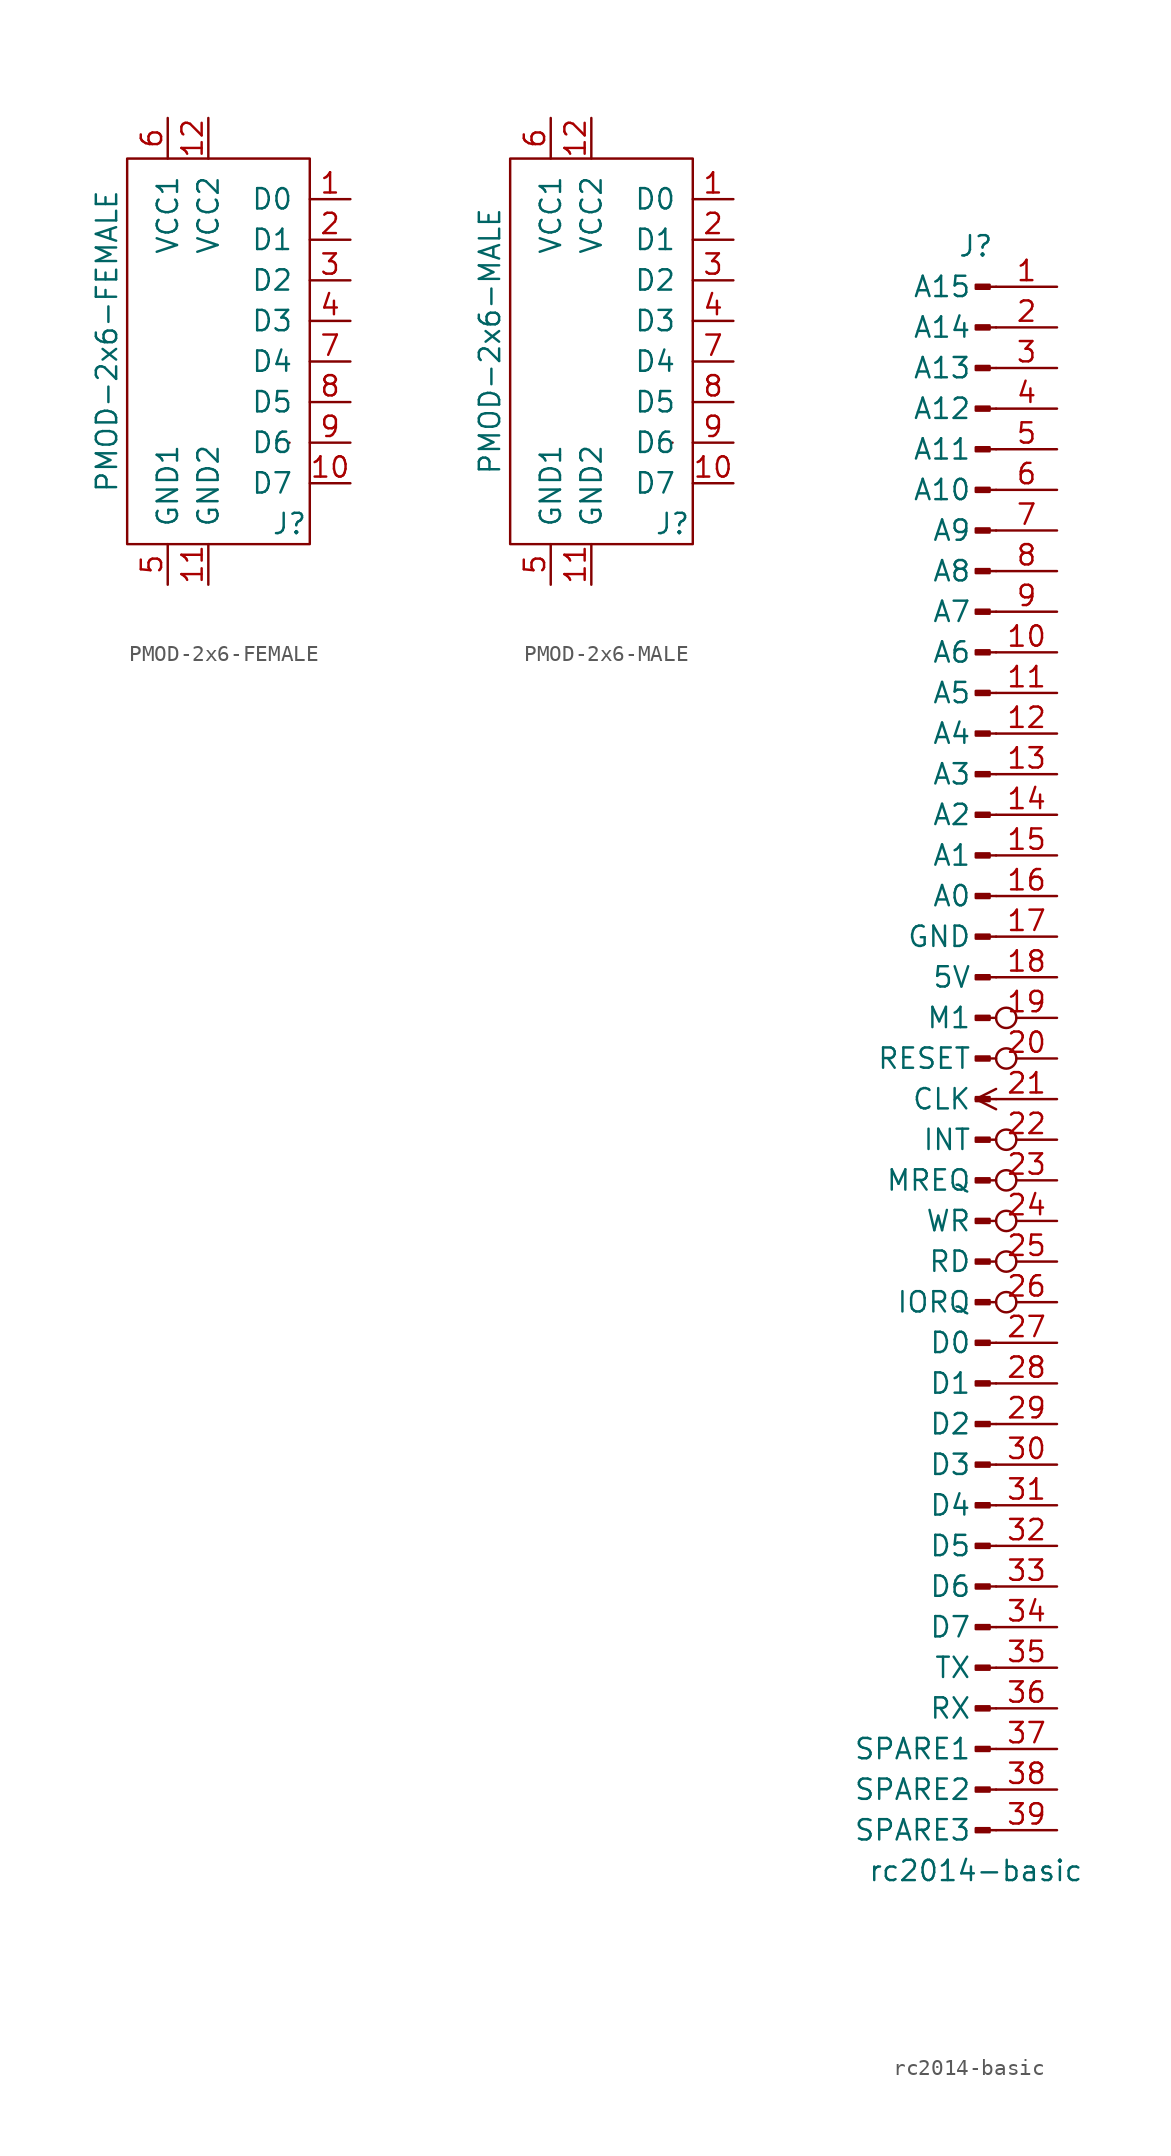
<source format=kicad_sym>
(kicad_symbol_lib
  (version 20220914)
  (generator kicad_symbol_editor)
  (symbol "PMOD-2x6-FEMALE"
    (pin_names
      (offset 1.016))
    (property "Reference" "J"
      (at 3.81 -11.43 0)
      (effects (font (size 1.27 1.27))))
    (property "Value" "PMOD-2x6-FEMALE"
      (at -7.62 0 90)
      (effects (font (size 1.27 1.27))))
    (symbol "PMOD-2x6-FEMALE_1_1"
      (rectangle (start -6.35 11.43) (end 5.08 -12.7) (stroke (width 0) (type default)) (fill (type none)))
      (rectangle (start 3.81 -6.35) (end 3.81 -6.35) (stroke (width 0) (type default)) (fill (type none)))
      (pin bidirectional line (at 7.62 8.89 180) (length 2.54) (name "D0" (effects (font (size 1.27 1.27)))) (number "1" (effects (font (size 1.27 1.27)))))
      (pin bidirectional line (at 7.62 -8.89 180) (length 2.54) (name "D7" (effects (font (size 1.27 1.27)))) (number "10" (effects (font (size 1.27 1.27)))))
      (pin passive line (at -1.27 -15.24 90) (length 2.54) (name "GND2" (effects (font (size 1.27 1.27)))) (number "11" (effects (font (size 1.27 1.27)))))
      (pin passive line (at -1.27 13.97 270) (length 2.54) (name "VCC2" (effects (font (size 1.27 1.27)))) (number "12" (effects (font (size 1.27 1.27)))))
      (pin bidirectional line (at 7.62 6.35 180) (length 2.54) (name "D1" (effects (font (size 1.27 1.27)))) (number "2" (effects (font (size 1.27 1.27)))))
      (pin bidirectional line (at 7.62 3.81 180) (length 2.54) (name "D2" (effects (font (size 1.27 1.27)))) (number "3" (effects (font (size 1.27 1.27)))))
      (pin bidirectional line (at 7.62 1.27 180) (length 2.54) (name "D3" (effects (font (size 1.27 1.27)))) (number "4" (effects (font (size 1.27 1.27)))))
      (pin passive line (at -3.81 -15.24 90) (length 2.54) (name "GND1" (effects (font (size 1.27 1.27)))) (number "5" (effects (font (size 1.27 1.27)))))
      (pin passive line (at -3.81 13.97 270) (length 2.54) (name "VCC1" (effects (font (size 1.27 1.27)))) (number "6" (effects (font (size 1.27 1.27)))))
      (pin bidirectional line (at 7.62 -1.27 180) (length 2.54) (name "D4" (effects (font (size 1.27 1.27)))) (number "7" (effects (font (size 1.27 1.27)))))
      (pin bidirectional line (at 7.62 -3.81 180) (length 2.54) (name "D5" (effects (font (size 1.27 1.27)))) (number "8" (effects (font (size 1.27 1.27)))))
      (pin bidirectional line (at 7.62 -6.35 180) (length 2.54) (name "D6" (effects (font (size 1.27 1.27)))) (number "9" (effects (font (size 1.27 1.27)))))))
  (symbol "PMOD-2x6-MALE"
    (pin_names
      (offset 1.016))
    (property "Reference" "J"
      (at 2.54 -13.97 0)
      (effects (font (size 1.27 1.27))))
    (property "Value" "PMOD-2x6-MALE"
      (at -8.89 -2.54 90)
      (effects (font (size 1.27 1.27))))
    (symbol "PMOD-2x6-MALE_0_1"
      (rectangle (start -7.62 8.89) (end 3.81 -15.24) (stroke (width 0) (type default)) (fill (type none)))
      (rectangle (start 2.54 -8.89) (end 2.54 -8.89) (stroke (width 0) (type default)) (fill (type none))))
    (symbol "PMOD-2x6-MALE_1_1"
      (pin bidirectional line (at 6.35 6.35 180) (length 2.54) (name "D0" (effects (font (size 1.27 1.27)))) (number "1" (effects (font (size 1.27 1.27)))))
      (pin bidirectional line (at 6.35 -11.43 180) (length 2.54) (name "D7" (effects (font (size 1.27 1.27)))) (number "10" (effects (font (size 1.27 1.27)))))
      (pin passive line (at -2.54 -17.78 90) (length 2.54) (name "GND2" (effects (font (size 1.27 1.27)))) (number "11" (effects (font (size 1.27 1.27)))))
      (pin passive line (at -2.54 11.43 270) (length 2.54) (name "VCC2" (effects (font (size 1.27 1.27)))) (number "12" (effects (font (size 1.27 1.27)))))
      (pin bidirectional line (at 6.35 3.81 180) (length 2.54) (name "D1" (effects (font (size 1.27 1.27)))) (number "2" (effects (font (size 1.27 1.27)))))
      (pin bidirectional line (at 6.35 1.27 180) (length 2.54) (name "D2" (effects (font (size 1.27 1.27)))) (number "3" (effects (font (size 1.27 1.27)))))
      (pin bidirectional line (at 6.35 -1.27 180) (length 2.54) (name "D3" (effects (font (size 1.27 1.27)))) (number "4" (effects (font (size 1.27 1.27)))))
      (pin passive line (at -5.08 -17.78 90) (length 2.54) (name "GND1" (effects (font (size 1.27 1.27)))) (number "5" (effects (font (size 1.27 1.27)))))
      (pin passive line (at -5.08 11.43 270) (length 2.54) (name "VCC1" (effects (font (size 1.27 1.27)))) (number "6" (effects (font (size 1.27 1.27)))))
      (pin bidirectional line (at 6.35 -3.81 180) (length 2.54) (name "D4" (effects (font (size 1.27 1.27)))) (number "7" (effects (font (size 1.27 1.27)))))
      (pin bidirectional line (at 6.35 -6.35 180) (length 2.54) (name "D5" (effects (font (size 1.27 1.27)))) (number "8" (effects (font (size 1.27 1.27)))))
      (pin bidirectional line (at 6.35 -8.89 180) (length 2.54) (name "D6" (effects (font (size 1.27 1.27)))) (number "9" (effects (font (size 1.27 1.27)))))))
  (symbol "rc2014-basic"
    (pin_names
      (offset 1.524))
    (property "Reference" "J"
      (at 0 50.8 0)
      (effects (font (size 1.27 1.27))))
    (property "Value" "rc2014-basic"
      (at 0 -50.8 0)
      (effects (font (size 1.27 1.27))))
    (symbol "rc2014-basic_1_1"
      (polyline (pts (xy 1.27 -48.26) (xy 0.864 -48.26)) (stroke (width 0.152) (type default) (color 0 0 0 0)) (fill (type none)))
      (polyline (pts (xy 1.27 -45.72) (xy 0.864 -45.72)) (stroke (width 0.152) (type default) (color 0 0 0 0)) (fill (type none)))
      (polyline (pts (xy 1.27 -43.18) (xy 0.864 -43.18)) (stroke (width 0.152) (type default) (color 0 0 0 0)) (fill (type none)))
      (polyline (pts (xy 1.27 -40.64) (xy 0.864 -40.64)) (stroke (width 0.152) (type default) (color 0 0 0 0)) (fill (type none)))
      (polyline (pts (xy 1.27 -38.1) (xy 0.864 -38.1)) (stroke (width 0.152) (type default) (color 0 0 0 0)) (fill (type none)))
      (polyline (pts (xy 1.27 -35.56) (xy 0.864 -35.56)) (stroke (width 0.152) (type default) (color 0 0 0 0)) (fill (type none)))
      (polyline (pts (xy 1.27 -33.02) (xy 0.864 -33.02)) (stroke (width 0.152) (type default) (color 0 0 0 0)) (fill (type none)))
      (polyline (pts (xy 1.27 -30.48) (xy 0.864 -30.48)) (stroke (width 0.152) (type default) (color 0 0 0 0)) (fill (type none)))
      (polyline (pts (xy 1.27 -27.94) (xy 0.864 -27.94)) (stroke (width 0.152) (type default) (color 0 0 0 0)) (fill (type none)))
      (polyline (pts (xy 1.27 -25.4) (xy 0.864 -25.4)) (stroke (width 0.152) (type default) (color 0 0 0 0)) (fill (type none)))
      (polyline (pts (xy 1.27 -22.86) (xy 0.864 -22.86)) (stroke (width 0.152) (type default) (color 0 0 0 0)) (fill (type none)))
      (polyline (pts (xy 1.27 -20.32) (xy 0.864 -20.32)) (stroke (width 0.152) (type default) (color 0 0 0 0)) (fill (type none)))
      (polyline (pts (xy 1.27 -17.78) (xy 0.864 -17.78)) (stroke (width 0.152) (type default) (color 0 0 0 0)) (fill (type none)))
      (polyline (pts (xy 1.27 -15.24) (xy 0.864 -15.24)) (stroke (width 0.152) (type default) (color 0 0 0 0)) (fill (type none)))
      (polyline (pts (xy 1.27 -12.7) (xy 0.864 -12.7)) (stroke (width 0.152) (type default) (color 0 0 0 0)) (fill (type none)))
      (polyline (pts (xy 1.27 -10.16) (xy 0.864 -10.16)) (stroke (width 0.152) (type default) (color 0 0 0 0)) (fill (type none)))
      (polyline (pts (xy 1.27 -7.62) (xy 0.864 -7.62)) (stroke (width 0.152) (type default) (color 0 0 0 0)) (fill (type none)))
      (polyline (pts (xy 1.27 -5.08) (xy 0.864 -5.08)) (stroke (width 0.152) (type default) (color 0 0 0 0)) (fill (type none)))
      (polyline (pts (xy 1.27 -2.54) (xy 0.864 -2.54)) (stroke (width 0.152) (type default) (color 0 0 0 0)) (fill (type none)))
      (polyline (pts (xy 1.27 0) (xy 0.864 0)) (stroke (width 0.152) (type default) (color 0 0 0 0)) (fill (type none)))
      (polyline (pts (xy 1.27 2.54) (xy 0.864 2.54)) (stroke (width 0.152) (type default) (color 0 0 0 0)) (fill (type none)))
      (polyline (pts (xy 1.27 5.08) (xy 0.864 5.08)) (stroke (width 0.152) (type default) (color 0 0 0 0)) (fill (type none)))
      (polyline (pts (xy 1.27 7.62) (xy 0.864 7.62)) (stroke (width 0.152) (type default) (color 0 0 0 0)) (fill (type none)))
      (polyline (pts (xy 1.27 10.16) (xy 0.864 10.16)) (stroke (width 0.152) (type default) (color 0 0 0 0)) (fill (type none)))
      (polyline (pts (xy 1.27 12.7) (xy 0.864 12.7)) (stroke (width 0.152) (type default) (color 0 0 0 0)) (fill (type none)))
      (polyline (pts (xy 1.27 15.24) (xy 0.864 15.24)) (stroke (width 0.152) (type default) (color 0 0 0 0)) (fill (type none)))
      (polyline (pts (xy 1.27 17.78) (xy 0.864 17.78)) (stroke (width 0.152) (type default) (color 0 0 0 0)) (fill (type none)))
      (polyline (pts (xy 1.27 20.32) (xy 0.864 20.32)) (stroke (width 0.152) (type default) (color 0 0 0 0)) (fill (type none)))
      (polyline (pts (xy 1.27 22.86) (xy 0.864 22.86)) (stroke (width 0.152) (type default) (color 0 0 0 0)) (fill (type none)))
      (polyline (pts (xy 1.27 25.4) (xy 0.864 25.4)) (stroke (width 0.152) (type default) (color 0 0 0 0)) (fill (type none)))
      (polyline (pts (xy 1.27 27.94) (xy 0.864 27.94)) (stroke (width 0.152) (type default) (color 0 0 0 0)) (fill (type none)))
      (polyline (pts (xy 1.27 30.48) (xy 0.864 30.48)) (stroke (width 0.152) (type default) (color 0 0 0 0)) (fill (type none)))
      (polyline (pts (xy 1.27 33.02) (xy 0.864 33.02)) (stroke (width 0.152) (type default) (color 0 0 0 0)) (fill (type none)))
      (polyline (pts (xy 1.27 35.56) (xy 0.864 35.56)) (stroke (width 0.152) (type default) (color 0 0 0 0)) (fill (type none)))
      (polyline (pts (xy 1.27 38.1) (xy 0.864 38.1)) (stroke (width 0.152) (type default) (color 0 0 0 0)) (fill (type none)))
      (polyline (pts (xy 1.27 40.64) (xy 0.864 40.64)) (stroke (width 0.152) (type default) (color 0 0 0 0)) (fill (type none)))
      (polyline (pts (xy 1.27 43.18) (xy 0.864 43.18)) (stroke (width 0.152) (type default) (color 0 0 0 0)) (fill (type none)))
      (polyline (pts (xy 1.27 45.72) (xy 0.864 45.72)) (stroke (width 0.152) (type default) (color 0 0 0 0)) (fill (type none)))
      (polyline (pts (xy 1.27 48.26) (xy 0.864 48.26)) (stroke (width 0.152) (type default) (color 0 0 0 0)) (fill (type none)))
      (rectangle (start 0.864 -48.133) (end 0 -48.387) (stroke (width 0.152) (type default) (color 0 0 0 0)) (fill (type outline)))
      (rectangle (start 0.864 -45.593) (end 0 -45.847) (stroke (width 0.152) (type default) (color 0 0 0 0)) (fill (type outline)))
      (rectangle (start 0.864 -43.053) (end 0 -43.307) (stroke (width 0.152) (type default) (color 0 0 0 0)) (fill (type outline)))
      (rectangle (start 0.864 -40.513) (end 0 -40.767) (stroke (width 0.152) (type default) (color 0 0 0 0)) (fill (type outline)))
      (rectangle (start 0.864 -37.973) (end 0 -38.227) (stroke (width 0.152) (type default) (color 0 0 0 0)) (fill (type outline)))
      (rectangle (start 0.864 -35.433) (end 0 -35.687) (stroke (width 0.152) (type default) (color 0 0 0 0)) (fill (type outline)))
      (rectangle (start 0.864 -32.893) (end 0 -33.147) (stroke (width 0.152) (type default) (color 0 0 0 0)) (fill (type outline)))
      (rectangle (start 0.864 -30.353) (end 0 -30.607) (stroke (width 0.152) (type default) (color 0 0 0 0)) (fill (type outline)))
      (rectangle (start 0.864 -27.813) (end 0 -28.067) (stroke (width 0.152) (type default) (color 0 0 0 0)) (fill (type outline)))
      (rectangle (start 0.864 -25.273) (end 0 -25.527) (stroke (width 0.152) (type default) (color 0 0 0 0)) (fill (type outline)))
      (rectangle (start 0.864 -22.733) (end 0 -22.987) (stroke (width 0.152) (type default) (color 0 0 0 0)) (fill (type outline)))
      (rectangle (start 0.864 -20.193) (end 0 -20.447) (stroke (width 0.152) (type default) (color 0 0 0 0)) (fill (type outline)))
      (rectangle (start 0.864 -17.653) (end 0 -17.907) (stroke (width 0.152) (type default) (color 0 0 0 0)) (fill (type outline)))
      (rectangle (start 0.864 -15.113) (end 0 -15.367) (stroke (width 0.152) (type default) (color 0 0 0 0)) (fill (type outline)))
      (rectangle (start 0.864 -12.573) (end 0 -12.827) (stroke (width 0.152) (type default) (color 0 0 0 0)) (fill (type outline)))
      (rectangle (start 0.864 -10.033) (end 0 -10.287) (stroke (width 0.152) (type default) (color 0 0 0 0)) (fill (type outline)))
      (rectangle (start 0.864 -7.493) (end 0 -7.747) (stroke (width 0.152) (type default) (color 0 0 0 0)) (fill (type outline)))
      (rectangle (start 0.864 -4.953) (end 0 -5.207) (stroke (width 0.152) (type default) (color 0 0 0 0)) (fill (type outline)))
      (rectangle (start 0.864 -2.413) (end 0 -2.667) (stroke (width 0.152) (type default) (color 0 0 0 0)) (fill (type outline)))
      (rectangle (start 0.864 0.127) (end 0 -0.127) (stroke (width 0.152) (type default) (color 0 0 0 0)) (fill (type outline)))
      (rectangle (start 0.864 2.667) (end 0 2.413) (stroke (width 0.152) (type default) (color 0 0 0 0)) (fill (type outline)))
      (rectangle (start 0.864 5.207) (end 0 4.953) (stroke (width 0.152) (type default) (color 0 0 0 0)) (fill (type outline)))
      (rectangle (start 0.864 7.747) (end 0 7.493) (stroke (width 0.152) (type default) (color 0 0 0 0)) (fill (type outline)))
      (rectangle (start 0.864 10.287) (end 0 10.033) (stroke (width 0.152) (type default) (color 0 0 0 0)) (fill (type outline)))
      (rectangle (start 0.864 12.827) (end 0 12.573) (stroke (width 0.152) (type default) (color 0 0 0 0)) (fill (type outline)))
      (rectangle (start 0.864 15.367) (end 0 15.113) (stroke (width 0.152) (type default) (color 0 0 0 0)) (fill (type outline)))
      (rectangle (start 0.864 17.907) (end 0 17.653) (stroke (width 0.152) (type default) (color 0 0 0 0)) (fill (type outline)))
      (rectangle (start 0.864 20.447) (end 0 20.193) (stroke (width 0.152) (type default) (color 0 0 0 0)) (fill (type outline)))
      (rectangle (start 0.864 22.987) (end 0 22.733) (stroke (width 0.152) (type default) (color 0 0 0 0)) (fill (type outline)))
      (rectangle (start 0.864 25.527) (end 0 25.273) (stroke (width 0.152) (type default) (color 0 0 0 0)) (fill (type outline)))
      (rectangle (start 0.864 28.067) (end 0 27.813) (stroke (width 0.152) (type default) (color 0 0 0 0)) (fill (type outline)))
      (rectangle (start 0.864 30.607) (end 0 30.353) (stroke (width 0.152) (type default) (color 0 0 0 0)) (fill (type outline)))
      (rectangle (start 0.864 33.147) (end 0 32.893) (stroke (width 0.152) (type default) (color 0 0 0 0)) (fill (type outline)))
      (rectangle (start 0.864 35.687) (end 0 35.433) (stroke (width 0.152) (type default) (color 0 0 0 0)) (fill (type outline)))
      (rectangle (start 0.864 38.227) (end 0 37.973) (stroke (width 0.152) (type default) (color 0 0 0 0)) (fill (type outline)))
      (rectangle (start 0.864 40.767) (end 0 40.513) (stroke (width 0.152) (type default) (color 0 0 0 0)) (fill (type outline)))
      (rectangle (start 0.864 43.307) (end 0 43.053) (stroke (width 0.152) (type default) (color 0 0 0 0)) (fill (type outline)))
      (rectangle (start 0.864 45.847) (end 0 45.593) (stroke (width 0.152) (type default) (color 0 0 0 0)) (fill (type outline)))
      (rectangle (start 0.864 48.387) (end 0 48.133) (stroke (width 0.152) (type default) (color 0 0 0 0)) (fill (type outline)))
      (pin input line (at 5.08 48.26 180) (length 3.81) (name "A15" (effects (font (size 1.27 1.27)))) (number "1" (effects (font (size 1.27 1.27)))))
      (pin input line (at 5.08 25.4 180) (length 3.81) (name "A6" (effects (font (size 1.27 1.27)))) (number "10" (effects (font (size 1.27 1.27)))))
      (pin input line (at 5.08 22.86 180) (length 3.81) (name "A5" (effects (font (size 1.27 1.27)))) (number "11" (effects (font (size 1.27 1.27)))))
      (pin input line (at 5.08 20.32 180) (length 3.81) (name "A4" (effects (font (size 1.27 1.27)))) (number "12" (effects (font (size 1.27 1.27)))))
      (pin input line (at 5.08 17.78 180) (length 3.81) (name "A3" (effects (font (size 1.27 1.27)))) (number "13" (effects (font (size 1.27 1.27)))))
      (pin input line (at 5.08 15.24 180) (length 3.81) (name "A2" (effects (font (size 1.27 1.27)))) (number "14" (effects (font (size 1.27 1.27)))))
      (pin input line (at 5.08 12.7 180) (length 3.81) (name "A1" (effects (font (size 1.27 1.27)))) (number "15" (effects (font (size 1.27 1.27)))))
      (pin input line (at 5.08 10.16 180) (length 3.81) (name "A0" (effects (font (size 1.27 1.27)))) (number "16" (effects (font (size 1.27 1.27)))))
      (pin passive line (at 5.08 7.62 180) (length 3.81) (name "GND" (effects (font (size 1.27 1.27)))) (number "17" (effects (font (size 1.27 1.27)))))
      (pin power_out line (at 5.08 5.08 180) (length 3.81) (name "5V" (effects (font (size 1.27 1.27)))) (number "18" (effects (font (size 1.27 1.27)))))
      (pin input inverted (at 5.08 2.54 180) (length 3.81) (name "M1" (effects (font (size 1.27 1.27)))) (number "19" (effects (font (size 1.27 1.27)))))
      (pin input line (at 5.08 45.72 180) (length 3.81) (name "A14" (effects (font (size 1.27 1.27)))) (number "2" (effects (font (size 1.27 1.27)))))
      (pin bidirectional inverted (at 5.08 0 180) (length 3.81) (name "RESET" (effects (font (size 1.27 1.27)))) (number "20" (effects (font (size 1.27 1.27)))))
      (pin input clock (at 5.08 -2.54 180) (length 3.81) (name "CLK" (effects (font (size 1.27 1.27)))) (number "21" (effects (font (size 1.27 1.27)))))
      (pin output inverted (at 5.08 -5.08 180) (length 3.81) (name "INT" (effects (font (size 1.27 1.27)))) (number "22" (effects (font (size 1.27 1.27)))))
      (pin passive inverted (at 5.08 -7.62 180) (length 3.81) (name "MREQ" (effects (font (size 1.27 1.27)))) (number "23" (effects (font (size 1.27 1.27)))))
      (pin input inverted (at 5.08 -10.16 180) (length 3.81) (name "WR" (effects (font (size 1.27 1.27)))) (number "24" (effects (font (size 1.27 1.27)))))
      (pin input inverted (at 5.08 -12.7 180) (length 3.81) (name "RD" (effects (font (size 1.27 1.27)))) (number "25" (effects (font (size 1.27 1.27)))))
      (pin input inverted (at 5.08 -15.24 180) (length 3.81) (name "IORQ" (effects (font (size 1.27 1.27)))) (number "26" (effects (font (size 1.27 1.27)))))
      (pin bidirectional line (at 5.08 -17.78 180) (length 3.81) (name "D0" (effects (font (size 1.27 1.27)))) (number "27" (effects (font (size 1.27 1.27)))))
      (pin bidirectional line (at 5.08 -20.32 180) (length 3.81) (name "D1" (effects (font (size 1.27 1.27)))) (number "28" (effects (font (size 1.27 1.27)))))
      (pin bidirectional line (at 5.08 -22.86 180) (length 3.81) (name "D2" (effects (font (size 1.27 1.27)))) (number "29" (effects (font (size 1.27 1.27)))))
      (pin input line (at 5.08 43.18 180) (length 3.81) (name "A13" (effects (font (size 1.27 1.27)))) (number "3" (effects (font (size 1.27 1.27)))))
      (pin bidirectional line (at 5.08 -25.4 180) (length 3.81) (name "D3" (effects (font (size 1.27 1.27)))) (number "30" (effects (font (size 1.27 1.27)))))
      (pin bidirectional line (at 5.08 -27.94 180) (length 3.81) (name "D4" (effects (font (size 1.27 1.27)))) (number "31" (effects (font (size 1.27 1.27)))))
      (pin bidirectional line (at 5.08 -30.48 180) (length 3.81) (name "D5" (effects (font (size 1.27 1.27)))) (number "32" (effects (font (size 1.27 1.27)))))
      (pin bidirectional line (at 5.08 -33.02 180) (length 3.81) (name "D6" (effects (font (size 1.27 1.27)))) (number "33" (effects (font (size 1.27 1.27)))))
      (pin bidirectional line (at 5.08 -35.56 180) (length 3.81) (name "D7" (effects (font (size 1.27 1.27)))) (number "34" (effects (font (size 1.27 1.27)))))
      (pin output line (at 5.08 -38.1 180) (length 3.81) (name "TX" (effects (font (size 1.27 1.27)))) (number "35" (effects (font (size 1.27 1.27)))))
      (pin input line (at 5.08 -40.64 180) (length 3.81) (name "RX" (effects (font (size 1.27 1.27)))) (number "36" (effects (font (size 1.27 1.27)))))
      (pin bidirectional line (at 5.08 -43.18 180) (length 3.81) (name "SPARE1" (effects (font (size 1.27 1.27)))) (number "37" (effects (font (size 1.27 1.27)))))
      (pin bidirectional line (at 5.08 -45.72 180) (length 3.81) (name "SPARE2" (effects (font (size 1.27 1.27)))) (number "38" (effects (font (size 1.27 1.27)))))
      (pin bidirectional line (at 5.08 -48.26 180) (length 3.81) (name "SPARE3" (effects (font (size 1.27 1.27)))) (number "39" (effects (font (size 1.27 1.27)))))
      (pin input line (at 5.08 40.64 180) (length 3.81) (name "A12" (effects (font (size 1.27 1.27)))) (number "4" (effects (font (size 1.27 1.27)))))
      (pin input line (at 5.08 38.1 180) (length 3.81) (name "A11" (effects (font (size 1.27 1.27)))) (number "5" (effects (font (size 1.27 1.27)))))
      (pin input line (at 5.08 35.56 180) (length 3.81) (name "A10" (effects (font (size 1.27 1.27)))) (number "6" (effects (font (size 1.27 1.27)))))
      (pin input line (at 5.08 33.02 180) (length 3.81) (name "A9" (effects (font (size 1.27 1.27)))) (number "7" (effects (font (size 1.27 1.27)))))
      (pin input line (at 5.08 30.48 180) (length 3.81) (name "A8" (effects (font (size 1.27 1.27)))) (number "8" (effects (font (size 1.27 1.27)))))
      (pin input line (at 5.08 27.94 180) (length 3.81) (name "A7" (effects (font (size 1.27 1.27)))) (number "9" (effects (font (size 1.27 1.27))))))))
</source>
